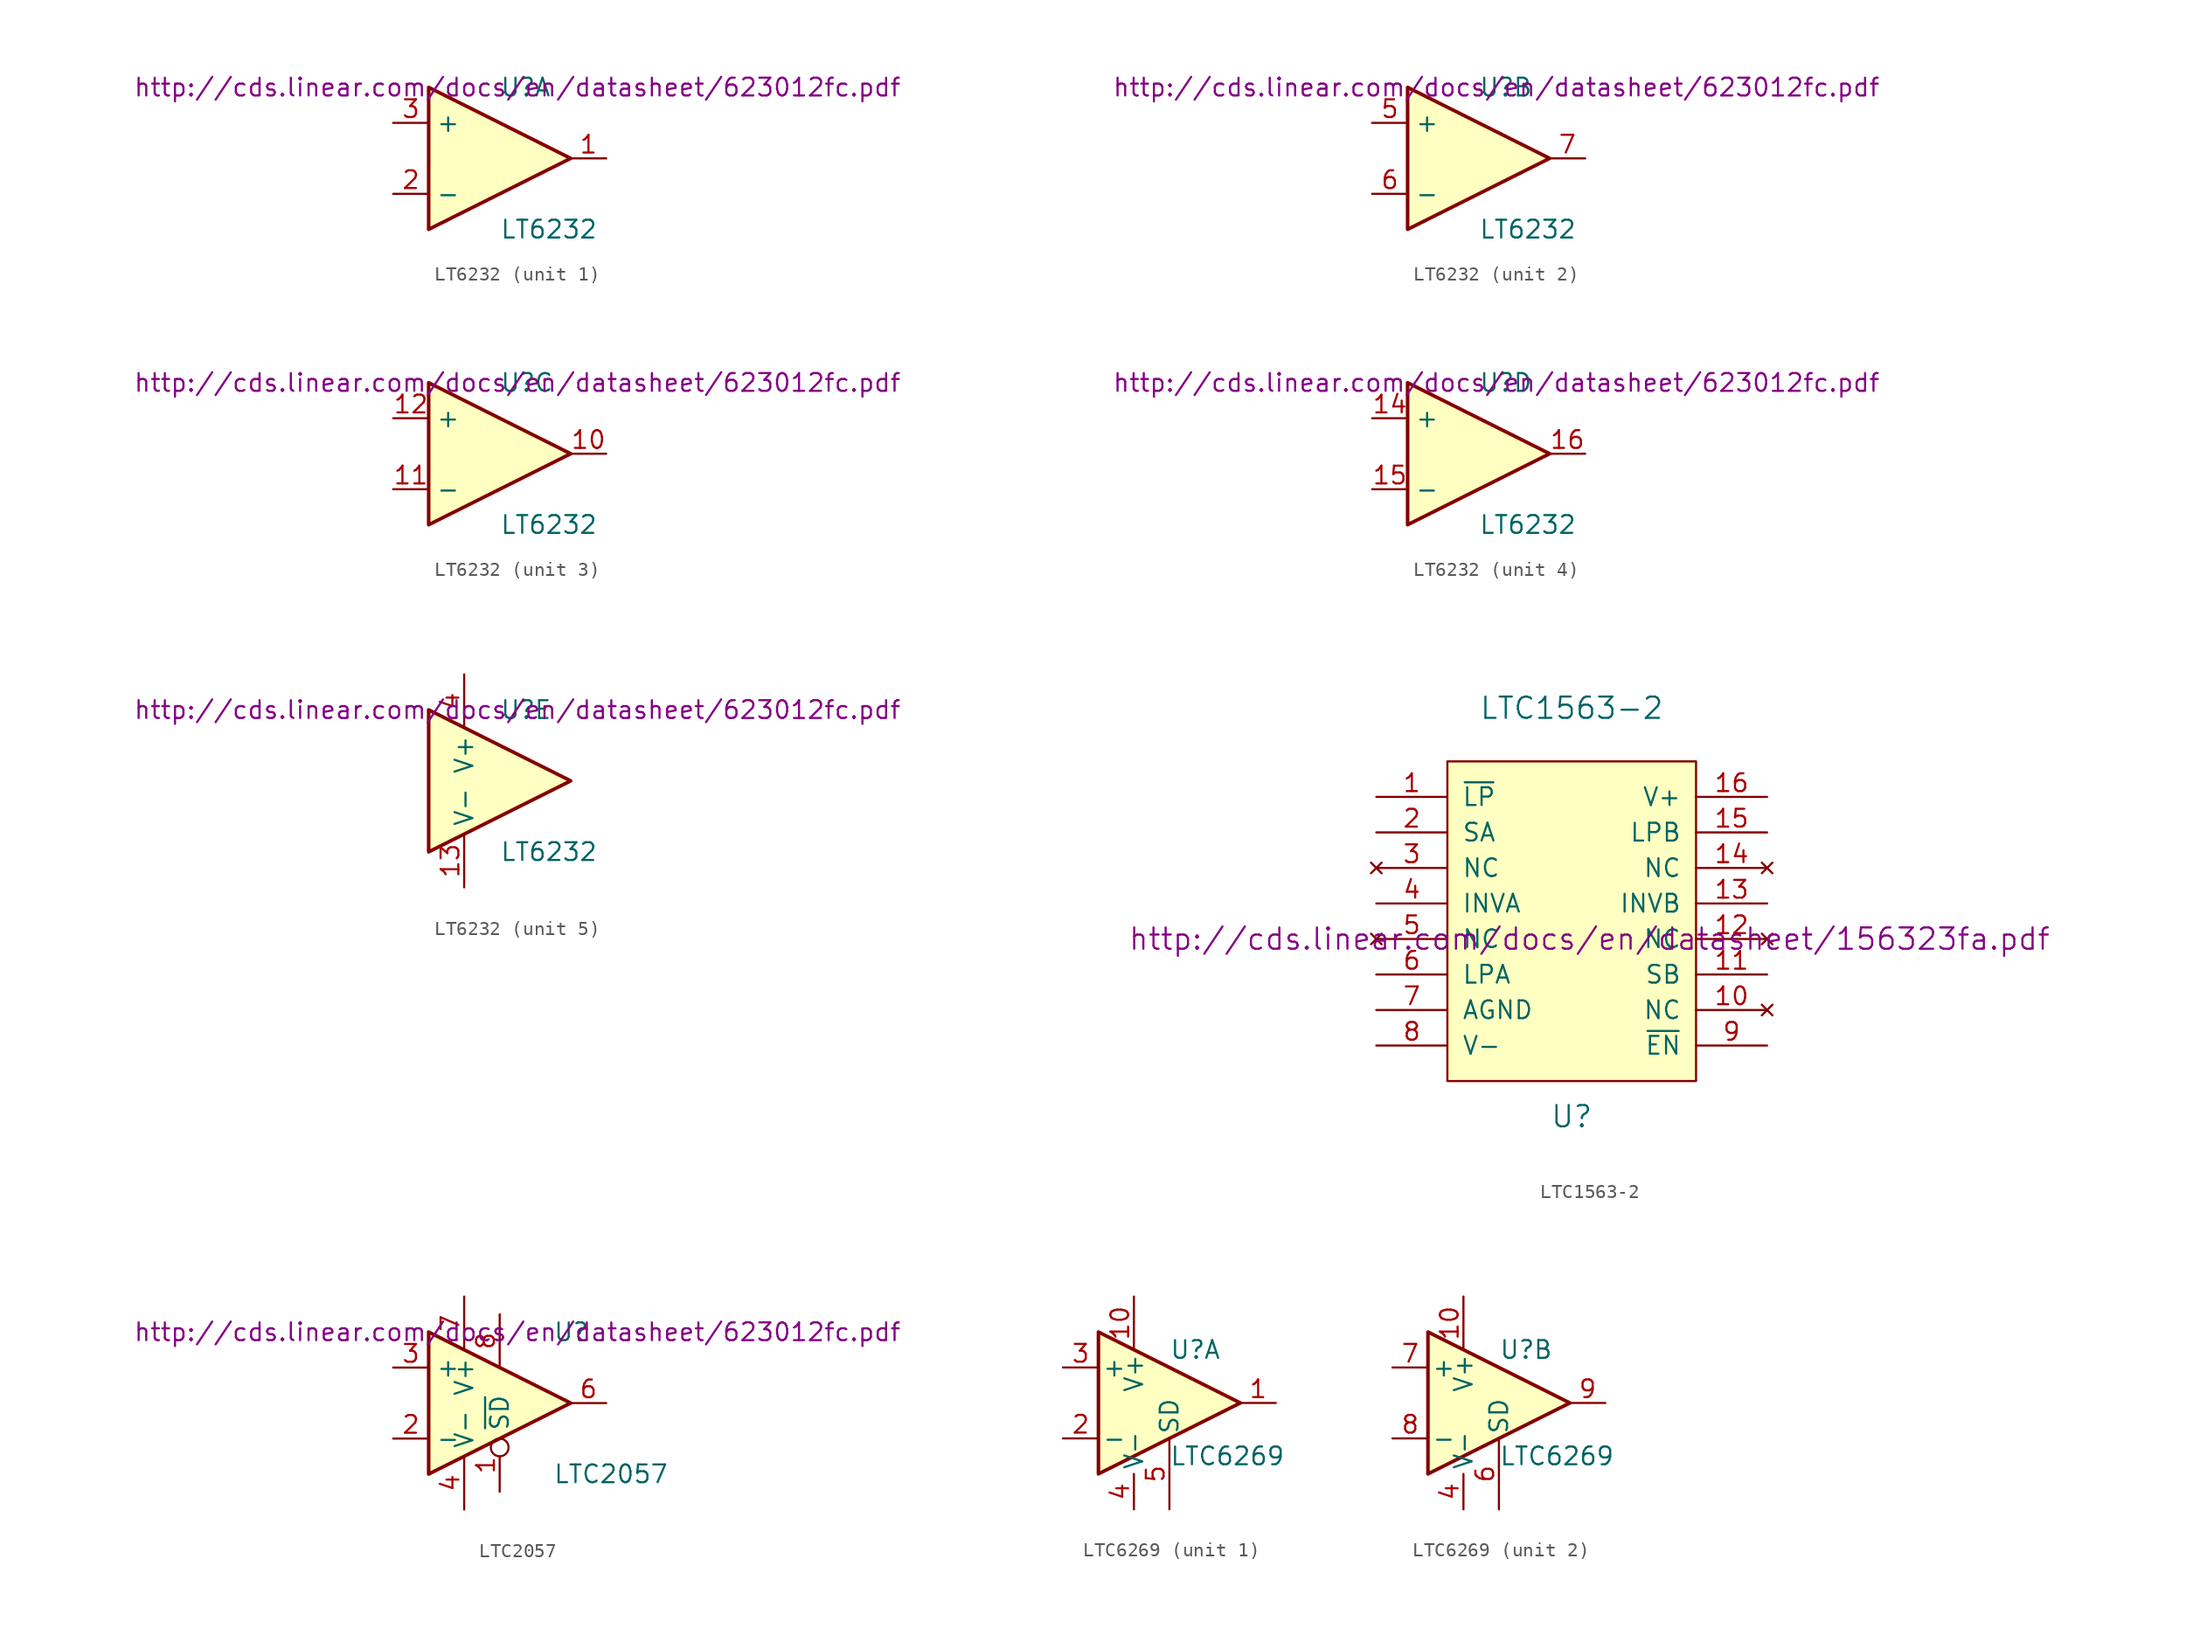
<source format=kicad_sym>
(kicad_symbol_lib
  (version 20211014)
  (generator kicad_symbol_editor)
  (symbol "LT6232"
    (property "Reference" "U"
      (at 0 5.08 0)
      (effects (font (size 1.27 1.27)) (justify left)))
    (property "Value" "LT6232"
      (at 0 -5.08 0)
      (effects (font (size 1.27 1.27)) (justify left)))
    (property "Footprint" ""
      (at -1.27 2.54 0)
      (effects (font (size 1.27 1.27))))
    (property "Datasheet" "http://cds.linear.com/docs/en/datasheet/623012fc.pdf"
      (at 1.27 5.08 0)
      (effects (font (size 1.27 1.27))))
    (property "ki_locked" ""
      (at 0 0 0)
      (effects (font (size 1.27 1.27))))
    (symbol "LT6232_0_1"
      (polyline (pts (xy -5.08 5.08) (xy 5.08 0) (xy -5.08 -5.08) (xy -5.08 5.08)) (stroke (width 0.254) (type default) (color 0 0 0 0)) (fill (type background))))
    (symbol "LT6232_1_1"
      (pin output line (at 7.62 0 180) (length 2.54) (name "~" (effects (font (size 1.27 1.27)))) (number "1" (effects (font (size 1.27 1.27)))))
      (pin input line (at -7.62 -2.54 0) (length 2.54) (name "-" (effects (font (size 1.27 1.27)))) (number "2" (effects (font (size 1.27 1.27)))))
      (pin input line (at -7.62 2.54 0) (length 2.54) (name "+" (effects (font (size 1.27 1.27)))) (number "3" (effects (font (size 1.27 1.27))))))
    (symbol "LT6232_2_1"
      (pin input line (at -7.62 2.54 0) (length 2.54) (name "+" (effects (font (size 1.27 1.27)))) (number "5" (effects (font (size 1.27 1.27)))))
      (pin input line (at -7.62 -2.54 0) (length 2.54) (name "-" (effects (font (size 1.27 1.27)))) (number "6" (effects (font (size 1.27 1.27)))))
      (pin output line (at 7.62 0 180) (length 2.54) (name "~" (effects (font (size 1.27 1.27)))) (number "7" (effects (font (size 1.27 1.27))))))
    (symbol "LT6232_3_1"
      (pin output line (at 7.62 0 180) (length 2.54) (name "~" (effects (font (size 1.27 1.27)))) (number "10" (effects (font (size 1.27 1.27)))))
      (pin input line (at -7.62 -2.54 0) (length 2.54) (name "-" (effects (font (size 1.27 1.27)))) (number "11" (effects (font (size 1.27 1.27)))))
      (pin input line (at -7.62 2.54 0) (length 2.54) (name "+" (effects (font (size 1.27 1.27)))) (number "12" (effects (font (size 1.27 1.27))))))
    (symbol "LT6232_4_1"
      (pin input line (at -7.62 2.54 0) (length 2.54) (name "+" (effects (font (size 1.27 1.27)))) (number "14" (effects (font (size 1.27 1.27)))))
      (pin input line (at -7.62 -2.54 0) (length 2.54) (name "-" (effects (font (size 1.27 1.27)))) (number "15" (effects (font (size 1.27 1.27)))))
      (pin output line (at 7.62 0 180) (length 2.54) (name "~" (effects (font (size 1.27 1.27)))) (number "16" (effects (font (size 1.27 1.27))))))
    (symbol "LT6232_5_1"
      (pin power_in line (at -2.54 -7.62 90) (length 3.81) (name "V-" (effects (font (size 1.27 1.27)))) (number "13" (effects (font (size 1.27 1.27)))))
      (pin power_in line (at -2.54 7.62 270) (length 3.81) (name "V+" (effects (font (size 1.27 1.27)))) (number "4" (effects (font (size 1.27 1.27)))))
      (pin no_connect line (at 0 -6.35 90) (length 3.81) hide (name "~" (effects (font (size 1.27 1.27)))) (number "8" (effects (font (size 1.27 1.27)))))
      (pin no_connect line (at 0 6.35 270) (length 3.81) hide (name "~" (effects (font (size 1.27 1.27)))) (number "9" (effects (font (size 1.27 1.27)))))))
  (symbol "LTC1563-2"
    (pin_names
      (offset 1.016))
    (property "Reference" "U"
      (at 0 -13.97 0)
      (effects (font (size 1.524 1.524))))
    (property "Value" "LTC1563-2"
      (at 0 15.24 0)
      (effects (font (size 1.524 1.524))))
    (property "Footprint" ""
      (at 1.27 -1.27 0)
      (effects (font (size 1.524 1.524))))
    (property "Datasheet" "http://cds.linear.com/docs/en/datasheet/156323fa.pdf"
      (at 1.27 -1.27 0)
      (effects (font (size 1.524 1.524))))
    (symbol "LTC1563-2_0_1"
      (rectangle (start -8.89 11.43) (end 8.89 -11.43) (stroke (width 0) (type default) (color 0 0 0 0)) (fill (type background)))
      (pin input line (at -13.97 1.27 0) (length 5.08) (name "INVA" (effects (font (size 1.27 1.27)))) (number "4" (effects (font (size 1.27 1.27)))))
      (pin no_connect line (at -13.97 -1.27 0) (length 5.08) (name "NC" (effects (font (size 1.27 1.27)))) (number "5" (effects (font (size 1.27 1.27))))))
    (symbol "LTC1563-2_1_1"
      (pin input line (at -13.97 8.89 0) (length 5.08) (name "~{LP}" (effects (font (size 1.27 1.27)))) (number "1" (effects (font (size 1.27 1.27)))))
      (pin no_connect line (at 13.97 -6.35 180) (length 5.08) (name "NC" (effects (font (size 1.27 1.27)))) (number "10" (effects (font (size 1.27 1.27)))))
      (pin input line (at 13.97 -3.81 180) (length 5.08) (name "SB" (effects (font (size 1.27 1.27)))) (number "11" (effects (font (size 1.27 1.27)))))
      (pin no_connect line (at 13.97 -1.27 180) (length 5.08) (name "NC" (effects (font (size 1.27 1.27)))) (number "12" (effects (font (size 1.27 1.27)))))
      (pin input line (at 13.97 1.27 180) (length 5.08) (name "INVB" (effects (font (size 1.27 1.27)))) (number "13" (effects (font (size 1.27 1.27)))))
      (pin no_connect line (at 13.97 3.81 180) (length 5.08) (name "NC" (effects (font (size 1.27 1.27)))) (number "14" (effects (font (size 1.27 1.27)))))
      (pin output line (at 13.97 6.35 180) (length 5.08) (name "LPB" (effects (font (size 1.27 1.27)))) (number "15" (effects (font (size 1.27 1.27)))))
      (pin power_in line (at 13.97 8.89 180) (length 5.08) (name "V+" (effects (font (size 1.27 1.27)))) (number "16" (effects (font (size 1.27 1.27)))))
      (pin input line (at -13.97 6.35 0) (length 5.08) (name "SA" (effects (font (size 1.27 1.27)))) (number "2" (effects (font (size 1.27 1.27)))))
      (pin no_connect line (at -13.97 3.81 0) (length 5.08) (name "NC" (effects (font (size 1.27 1.27)))) (number "3" (effects (font (size 1.27 1.27)))))
      (pin output line (at -13.97 -3.81 0) (length 5.08) (name "LPA" (effects (font (size 1.27 1.27)))) (number "6" (effects (font (size 1.27 1.27)))))
      (pin input line (at -13.97 -6.35 0) (length 5.08) (name "AGND" (effects (font (size 1.27 1.27)))) (number "7" (effects (font (size 1.27 1.27)))))
      (pin power_in line (at -13.97 -8.89 0) (length 5.08) (name "V-" (effects (font (size 1.27 1.27)))) (number "8" (effects (font (size 1.27 1.27)))))
      (pin input line (at 13.97 -8.89 180) (length 5.08) (name "~{EN}" (effects (font (size 1.27 1.27)))) (number "9" (effects (font (size 1.27 1.27)))))))
  (symbol "LTC2057"
    (property "Reference" "U"
      (at 3.81 5.08 0)
      (effects (font (size 1.27 1.27)) (justify left)))
    (property "Value" "LTC2057"
      (at 3.81 -5.08 0)
      (effects (font (size 1.27 1.27)) (justify left)))
    (property "Footprint" ""
      (at -1.27 2.54 0)
      (effects (font (size 1.27 1.27))))
    (property "Datasheet" "http://cds.linear.com/docs/en/datasheet/623012fc.pdf"
      (at 1.27 5.08 0)
      (effects (font (size 1.27 1.27))))
    (symbol "LTC2057_0_1"
      (polyline (pts (xy -5.08 5.08) (xy 5.08 0) (xy -5.08 -5.08) (xy -5.08 5.08)) (stroke (width 0.254) (type default) (color 0 0 0 0)) (fill (type background)))
      (pin input inverted (at 0 -6.35 90) (length 3.81) (name "~{SD}" (effects (font (size 1.27 1.27)))) (number "1" (effects (font (size 1.27 1.27)))))
      (pin power_in line (at -2.54 -7.62 90) (length 3.81) (name "V-" (effects (font (size 1.27 1.27)))) (number "4" (effects (font (size 1.27 1.27)))))
      (pin power_in line (at -2.54 7.62 270) (length 3.81) (name "V+" (effects (font (size 1.27 1.27)))) (number "7" (effects (font (size 1.27 1.27)))))
      (pin input line (at 0 6.35 270) (length 3.81) (name "~" (effects (font (size 1.27 1.27)))) (number "8" (effects (font (size 1.27 1.27))))))
    (symbol "LTC2057_1_1"
      (pin input line (at -7.62 -2.54 0) (length 2.54) (name "-" (effects (font (size 1.27 1.27)))) (number "2" (effects (font (size 1.27 1.27)))))
      (pin input line (at -7.62 2.54 0) (length 2.54) (name "+" (effects (font (size 1.27 1.27)))) (number "3" (effects (font (size 1.27 1.27)))))
      (pin output line (at 7.62 0 180) (length 2.54) (name "~" (effects (font (size 1.27 1.27)))) (number "6" (effects (font (size 1.27 1.27)))))))
  (symbol "LTC6269"
    (pin_names
      (offset 0.254))
    (property "Reference" "U"
      (at 0 3.81 0)
      (effects (font (size 1.27 1.27)) (justify left)))
    (property "Value" "LTC6269"
      (at 0 -3.81 0)
      (effects (font (size 1.27 1.27)) (justify left)))
    (symbol "LTC6269_0_1"
      (polyline (pts (xy -5.08 5.08) (xy 5.08 0) (xy -5.08 -5.08) (xy -5.08 5.08)) (stroke (width 0.254) (type default) (color 0 0 0 0)) (fill (type background)))
      (pin power_in line (at -2.54 7.62 270) (length 3.81) (name "V+" (effects (font (size 1.27 1.27)))) (number "10" (effects (font (size 1.27 1.27)))))
      (pin output line (at -2.54 -7.62 90) (length 2.54) (name "V-" (effects (font (size 1.27 1.27)))) (number "4" (effects (font (size 1.27 1.27))))))
    (symbol "LTC6269_1_1"
      (pin output line (at 7.62 0 180) (length 2.54) (name "~" (effects (font (size 1.27 1.27)))) (number "1" (effects (font (size 1.27 1.27)))))
      (pin output line (at -2.54 -7.62 90) (length 2.54) hide (name "V-" (effects (font (size 1.27 1.27)))) (number "11" (effects (font (size 1.27 1.27)))))
      (pin input line (at -7.62 -2.54 0) (length 2.54) (name "-" (effects (font (size 1.27 1.27)))) (number "2" (effects (font (size 1.27 1.27)))))
      (pin input line (at -7.62 2.54 0) (length 2.54) (name "+" (effects (font (size 1.27 1.27)))) (number "3" (effects (font (size 1.27 1.27)))))
      (pin input line (at 0 -7.62 90) (length 5.08) (name "SD" (effects (font (size 1.27 1.27)))) (number "5" (effects (font (size 1.27 1.27))))))
    (symbol "LTC6269_2_1"
      (pin output line (at -2.54 -7.62 90) (length 2.54) hide (name "V-" (effects (font (size 1.27 1.27)))) (number "11" (effects (font (size 1.27 1.27)))))
      (pin input line (at 0 -7.62 90) (length 5.08) (name "SD" (effects (font (size 1.27 1.27)))) (number "6" (effects (font (size 1.27 1.27)))))
      (pin input line (at -7.62 2.54 0) (length 2.54) (name "+" (effects (font (size 1.27 1.27)))) (number "7" (effects (font (size 1.27 1.27)))))
      (pin input line (at -7.62 -2.54 0) (length 2.54) (name "-" (effects (font (size 1.27 1.27)))) (number "8" (effects (font (size 1.27 1.27)))))
      (pin output line (at 7.62 0 180) (length 2.54) (name "~" (effects (font (size 1.27 1.27)))) (number "9" (effects (font (size 1.27 1.27))))))))
</source>
